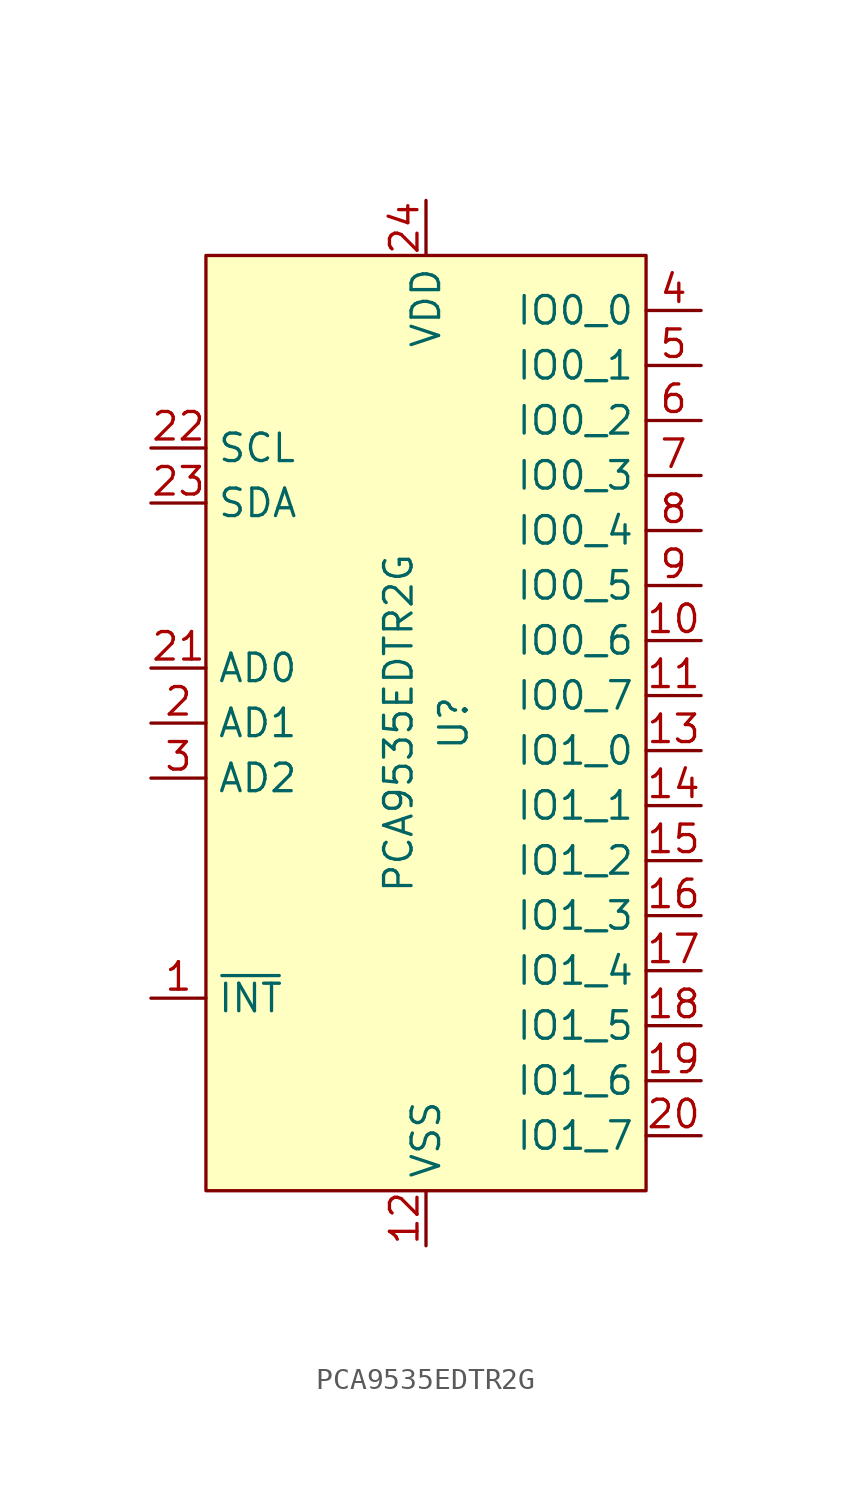
<source format=kicad_sym>
(kicad_symbol_lib
  (version 20211014)
  (generator kicad_symbol_editor)
  (symbol "PCA9535EDTR2G"
    (property "Reference" "U"
      (at 1.27 0 90)
      (effects (font (size 1.27 1.27))))
    (property "Value" "PCA9535EDTR2G"
      (at -1.27 0 90)
      (effects (font (size 1.27 1.27))))
    (symbol "PCA9535EDTR2G_0_0"
      (pin output line (at -12.7 -12.7 0) (length 2.54) (name "~{INT}" (effects (font (size 1.27 1.27)))) (number "1" (effects (font (size 1.27 1.27)))))
      (pin bidirectional line (at 12.7 3.81 180) (length 2.54) (name "IO0_6" (effects (font (size 1.27 1.27)))) (number "10" (effects (font (size 1.27 1.27)))))
      (pin bidirectional line (at 12.7 1.27 180) (length 2.54) (name "IO0_7" (effects (font (size 1.27 1.27)))) (number "11" (effects (font (size 1.27 1.27)))))
      (pin power_in line (at 0 -24.13 90) (length 2.54) (name "VSS" (effects (font (size 1.27 1.27)))) (number "12" (effects (font (size 1.27 1.27)))))
      (pin bidirectional line (at 12.7 -1.27 180) (length 2.54) (name "IO1_0" (effects (font (size 1.27 1.27)))) (number "13" (effects (font (size 1.27 1.27)))))
      (pin bidirectional line (at 12.7 -3.81 180) (length 2.54) (name "IO1_1" (effects (font (size 1.27 1.27)))) (number "14" (effects (font (size 1.27 1.27)))))
      (pin bidirectional line (at 12.7 -6.35 180) (length 2.54) (name "IO1_2" (effects (font (size 1.27 1.27)))) (number "15" (effects (font (size 1.27 1.27)))))
      (pin bidirectional line (at 12.7 -8.89 180) (length 2.54) (name "IO1_3" (effects (font (size 1.27 1.27)))) (number "16" (effects (font (size 1.27 1.27)))))
      (pin bidirectional line (at 12.7 -11.43 180) (length 2.54) (name "IO1_4" (effects (font (size 1.27 1.27)))) (number "17" (effects (font (size 1.27 1.27)))))
      (pin bidirectional line (at 12.7 -13.97 180) (length 2.54) (name "IO1_5" (effects (font (size 1.27 1.27)))) (number "18" (effects (font (size 1.27 1.27)))))
      (pin bidirectional line (at 12.7 -16.51 180) (length 2.54) (name "IO1_6" (effects (font (size 1.27 1.27)))) (number "19" (effects (font (size 1.27 1.27)))))
      (pin input line (at -12.7 0 0) (length 2.54) (name "AD1" (effects (font (size 1.27 1.27)))) (number "2" (effects (font (size 1.27 1.27)))))
      (pin bidirectional line (at 12.7 -19.05 180) (length 2.54) (name "IO1_7" (effects (font (size 1.27 1.27)))) (number "20" (effects (font (size 1.27 1.27)))))
      (pin input line (at -12.7 2.54 0) (length 2.54) (name "AD0" (effects (font (size 1.27 1.27)))) (number "21" (effects (font (size 1.27 1.27)))))
      (pin bidirectional line (at -12.7 12.7 0) (length 2.54) (name "SCL" (effects (font (size 1.27 1.27)))) (number "22" (effects (font (size 1.27 1.27)))))
      (pin bidirectional line (at -12.7 10.16 0) (length 2.54) (name "SDA" (effects (font (size 1.27 1.27)))) (number "23" (effects (font (size 1.27 1.27)))))
      (pin power_in line (at 0 24.13 270) (length 2.54) (name "VDD" (effects (font (size 1.27 1.27)))) (number "24" (effects (font (size 1.27 1.27)))))
      (pin input line (at -12.7 -2.54 0) (length 2.54) (name "AD2" (effects (font (size 1.27 1.27)))) (number "3" (effects (font (size 1.27 1.27)))))
      (pin bidirectional line (at 12.7 13.97 180) (length 2.54) (name "IO0_2" (effects (font (size 1.27 1.27)))) (number "6" (effects (font (size 1.27 1.27)))))
      (pin bidirectional line (at 12.7 11.43 180) (length 2.54) (name "IO0_3" (effects (font (size 1.27 1.27)))) (number "7" (effects (font (size 1.27 1.27)))))
      (pin bidirectional line (at 12.7 8.89 180) (length 2.54) (name "IO0_4" (effects (font (size 1.27 1.27)))) (number "8" (effects (font (size 1.27 1.27)))))
      (pin bidirectional line (at 12.7 6.35 180) (length 2.54) (name "IO0_5" (effects (font (size 1.27 1.27)))) (number "9" (effects (font (size 1.27 1.27))))))
    (symbol "PCA9535EDTR2G_0_1"
      (rectangle (start 10.16 21.59) (end -10.16 -21.59) (stroke (width 0) (type default) (color 0 0 0 0)) (fill (type background))))
    (symbol "PCA9535EDTR2G_1_1"
      (pin bidirectional line (at 12.7 19.05 180) (length 2.54) (name "IO0_0" (effects (font (size 1.27 1.27)))) (number "4" (effects (font (size 1.27 1.27)))))
      (pin bidirectional line (at 12.7 16.51 180) (length 2.54) (name "IO0_1" (effects (font (size 1.27 1.27)))) (number "5" (effects (font (size 1.27 1.27))))))))
</source>
